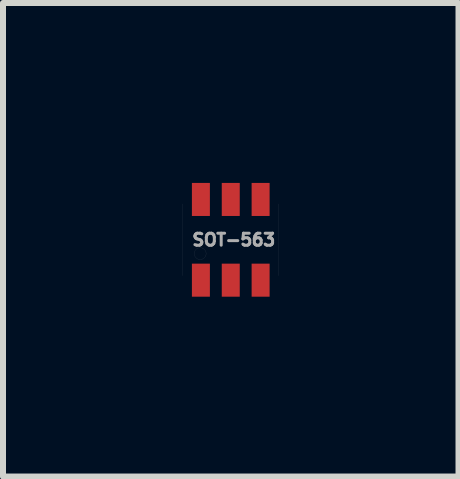
<source format=kicad_pcb>
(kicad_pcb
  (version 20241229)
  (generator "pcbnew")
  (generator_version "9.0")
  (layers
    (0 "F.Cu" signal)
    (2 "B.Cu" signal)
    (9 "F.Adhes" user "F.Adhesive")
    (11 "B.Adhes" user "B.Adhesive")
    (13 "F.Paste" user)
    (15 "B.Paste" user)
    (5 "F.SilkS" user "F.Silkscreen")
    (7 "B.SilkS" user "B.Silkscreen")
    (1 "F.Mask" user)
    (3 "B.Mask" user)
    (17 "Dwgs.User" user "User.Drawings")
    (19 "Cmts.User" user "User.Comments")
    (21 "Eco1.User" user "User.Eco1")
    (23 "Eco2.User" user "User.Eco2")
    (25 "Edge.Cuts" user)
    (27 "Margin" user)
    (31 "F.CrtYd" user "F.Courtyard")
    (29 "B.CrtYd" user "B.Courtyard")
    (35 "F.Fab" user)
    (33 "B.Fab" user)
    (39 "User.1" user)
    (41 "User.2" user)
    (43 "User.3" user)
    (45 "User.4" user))
  (footprint "SOT-563"
    (layer "F.Cu")
    (at 0.798 0.949)
    (property "Reference" "SOT-563" (at 0.05 0 0) (layer "F.Fab") (effects (font (size 0.2 0.2) (thickness 0.05))))
    (attr smd)
    (fp_line (start -0.798 -0.599) (end -0.798 0.599) (stroke (width 0.001) (type solid)) (layer "F.Fab"))
    (fp_line (start 0.798 -0.599) (end 0.798 0.599) (stroke (width 0.001) (type solid)) (layer "F.Fab"))
    (fp_circle (center -0.51 0.23) (end -0.44 0.3) (stroke (width 0.001) (type solid)) (fill no) (layer "F.Fab"))
    (pad "1" smd rect (at -0.498 0.673 180) (size 0.3 0.551) (layers "F.Cu" "F.Mask" "F.Paste"))
    (pad "2" smd rect (at 0 0.673 180) (size 0.3 0.551) (layers "F.Cu" "F.Mask" "F.Paste"))
    (pad "3" smd rect (at 0.498 0.673 180) (size 0.3 0.551) (layers "F.Cu" "F.Mask" "F.Paste"))
    (pad "4" smd rect (at 0.498 -0.673) (size 0.3 0.551) (layers "F.Cu" "F.Mask" "F.Paste"))
    (pad "5" smd rect (at 0 -0.673) (size 0.3 0.551) (layers "F.Cu" "F.Mask" "F.Paste"))
    (pad "6" smd rect (at -0.498 -0.673) (size 0.3 0.551) (layers "F.Cu" "F.Mask" "F.Paste")))
  (gr_rect
    (start -3 -3)
    (end 4.596 4.897)
    (stroke (width 0.1) (type default))
    (fill no)
    (layer "Edge.Cuts")))
</source>
